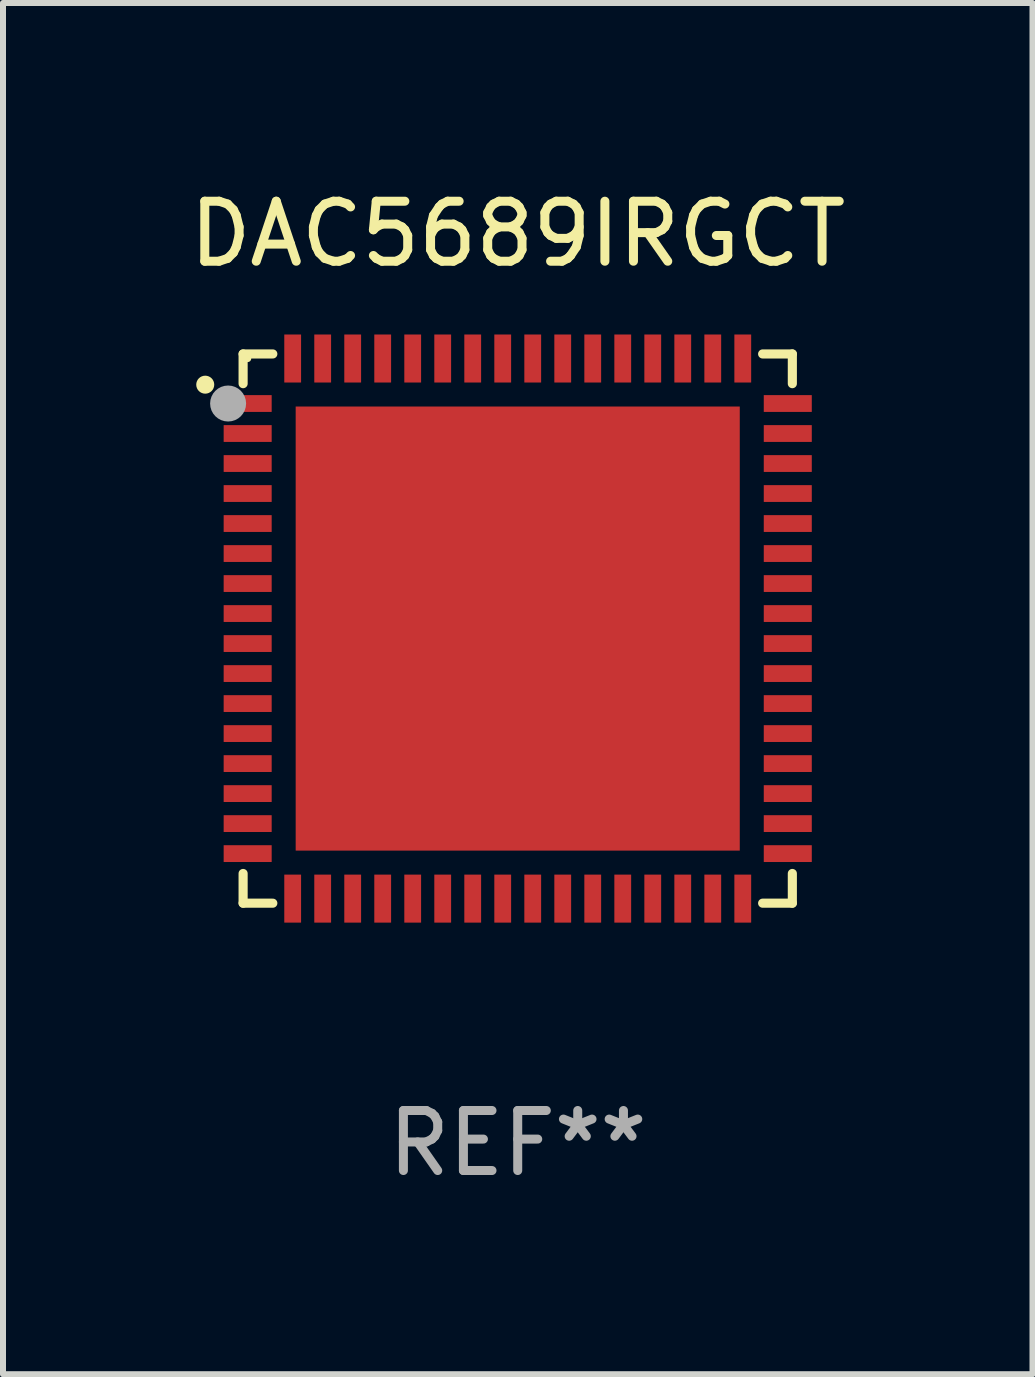
<source format=kicad_pcb>
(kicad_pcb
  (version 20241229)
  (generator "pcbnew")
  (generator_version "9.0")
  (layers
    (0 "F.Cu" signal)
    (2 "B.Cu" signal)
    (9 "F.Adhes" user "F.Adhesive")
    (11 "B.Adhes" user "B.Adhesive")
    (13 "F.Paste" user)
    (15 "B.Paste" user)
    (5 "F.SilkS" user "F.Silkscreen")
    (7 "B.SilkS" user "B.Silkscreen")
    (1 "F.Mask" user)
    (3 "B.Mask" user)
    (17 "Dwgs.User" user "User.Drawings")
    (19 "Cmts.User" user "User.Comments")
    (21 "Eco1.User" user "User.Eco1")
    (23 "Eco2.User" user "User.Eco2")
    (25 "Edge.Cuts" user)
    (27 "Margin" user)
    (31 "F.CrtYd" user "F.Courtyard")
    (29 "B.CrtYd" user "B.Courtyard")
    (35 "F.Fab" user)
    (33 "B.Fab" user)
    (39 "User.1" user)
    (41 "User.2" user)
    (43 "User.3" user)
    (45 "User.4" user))
  (footprint "DAC5689IRGCT"
    (layer "F.Cu")
    (at 5.577 7.424)
    (property "Reference" "DAC5689IRGCT" (at 0 -6.576 0) (layer "F.SilkS") (effects (font (size 1 1) (thickness 0.15))))
    (attr through_hole)
    (fp_line (start -4.576 -4.576) (end -4.576 -4.081) (stroke (width 0.152) (type solid)) (layer "F.SilkS"))
    (fp_line (start -4.576 4.576) (end -4.576 4.081) (stroke (width 0.152) (type solid)) (layer "F.SilkS"))
    (fp_line (start -4.081 -4.576) (end -4.576 -4.576) (stroke (width 0.152) (type solid)) (layer "F.SilkS"))
    (fp_line (start -4.081 4.576) (end -4.576 4.576) (stroke (width 0.152) (type solid)) (layer "F.SilkS"))
    (fp_line (start 4.081 -4.576) (end 4.576 -4.576) (stroke (width 0.152) (type solid)) (layer "F.SilkS"))
    (fp_line (start 4.081 4.576) (end 4.576 4.576) (stroke (width 0.152) (type solid)) (layer "F.SilkS"))
    (fp_line (start 4.576 -4.576) (end 4.576 -4.081) (stroke (width 0.152) (type solid)) (layer "F.SilkS"))
    (fp_line (start 4.576 4.576) (end 4.576 4.081) (stroke (width 0.152) (type solid)) (layer "F.SilkS"))
    (fp_circle (center -5.207 -4.064) (end -5.132 -4.064) (stroke (width 0.15) (type solid)) (fill no) (layer "F.SilkS"))
    (fp_circle (center -4.5 -4.5) (end -4.47 -4.5) (stroke (width 0.06) (type solid)) (fill no) (layer "F.SilkS"))
    (fp_circle (center -4.826 -3.75) (end -4.676 -3.75) (stroke (width 0.3) (type solid)) (fill no) (layer "F.Fab"))
    (fp_text user "REF**" (at 0 8.576 0) (layer "F.Fab") (effects (font (size 1 1) (thickness 0.15))))
    (pad "1" smd rect (at -4.5 -3.75) (size 0.8 0.28) (layers "F.Cu" "F.Mask" "F.Paste"))
    (pad "2" smd rect (at -4.5 -3.25) (size 0.8 0.28) (layers "F.Cu" "F.Mask" "F.Paste"))
    (pad "3" smd rect (at -4.5 -2.75) (size 0.8 0.28) (layers "F.Cu" "F.Mask" "F.Paste"))
    (pad "4" smd rect (at -4.5 -2.25) (size 0.8 0.28) (layers "F.Cu" "F.Mask" "F.Paste"))
    (pad "5" smd rect (at -4.5 -1.75) (size 0.8 0.28) (layers "F.Cu" "F.Mask" "F.Paste"))
    (pad "6" smd rect (at -4.5 -1.25) (size 0.8 0.28) (layers "F.Cu" "F.Mask" "F.Paste"))
    (pad "7" smd rect (at -4.5 -0.75) (size 0.8 0.28) (layers "F.Cu" "F.Mask" "F.Paste"))
    (pad "8" smd rect (at -4.5 -0.25) (size 0.8 0.28) (layers "F.Cu" "F.Mask" "F.Paste"))
    (pad "9" smd rect (at -4.5 0.25) (size 0.8 0.28) (layers "F.Cu" "F.Mask" "F.Paste"))
    (pad "10" smd rect (at -4.5 0.75) (size 0.8 0.28) (layers "F.Cu" "F.Mask" "F.Paste"))
    (pad "11" smd rect (at -4.5 1.25) (size 0.8 0.28) (layers "F.Cu" "F.Mask" "F.Paste"))
    (pad "12" smd rect (at -4.5 1.75) (size 0.8 0.28) (layers "F.Cu" "F.Mask" "F.Paste"))
    (pad "13" smd rect (at -4.5 2.25) (size 0.8 0.28) (layers "F.Cu" "F.Mask" "F.Paste"))
    (pad "14" smd rect (at -4.5 2.75) (size 0.8 0.28) (layers "F.Cu" "F.Mask" "F.Paste"))
    (pad "15" smd rect (at -4.5 3.25) (size 0.8 0.28) (layers "F.Cu" "F.Mask" "F.Paste"))
    (pad "16" smd rect (at -4.5 3.75) (size 0.8 0.28) (layers "F.Cu" "F.Mask" "F.Paste"))
    (pad "17" smd rect (at -3.75 4.5) (size 0.28 0.8) (layers "F.Cu" "F.Mask" "F.Paste"))
    (pad "18" smd rect (at -3.25 4.5) (size 0.28 0.8) (layers "F.Cu" "F.Mask" "F.Paste"))
    (pad "19" smd rect (at -2.75 4.5) (size 0.28 0.8) (layers "F.Cu" "F.Mask" "F.Paste"))
    (pad "20" smd rect (at -2.25 4.5) (size 0.28 0.8) (layers "F.Cu" "F.Mask" "F.Paste"))
    (pad "21" smd rect (at -1.75 4.5) (size 0.28 0.8) (layers "F.Cu" "F.Mask" "F.Paste"))
    (pad "22" smd rect (at -1.25 4.5) (size 0.28 0.8) (layers "F.Cu" "F.Mask" "F.Paste"))
    (pad "23" smd rect (at -0.75 4.5) (size 0.28 0.8) (layers "F.Cu" "F.Mask" "F.Paste"))
    (pad "24" smd rect (at -0.25 4.5) (size 0.28 0.8) (layers "F.Cu" "F.Mask" "F.Paste"))
    (pad "25" smd rect (at 0.25 4.5) (size 0.28 0.8) (layers "F.Cu" "F.Mask" "F.Paste"))
    (pad "26" smd rect (at 0.75 4.5) (size 0.28 0.8) (layers "F.Cu" "F.Mask" "F.Paste"))
    (pad "27" smd rect (at 1.25 4.5) (size 0.28 0.8) (layers "F.Cu" "F.Mask" "F.Paste"))
    (pad "28" smd rect (at 1.75 4.5) (size 0.28 0.8) (layers "F.Cu" "F.Mask" "F.Paste"))
    (pad "29" smd rect (at 2.25 4.5) (size 0.28 0.8) (layers "F.Cu" "F.Mask" "F.Paste"))
    (pad "30" smd rect (at 2.75 4.5) (size 0.28 0.8) (layers "F.Cu" "F.Mask" "F.Paste"))
    (pad "31" smd rect (at 3.25 4.5) (size 0.28 0.8) (layers "F.Cu" "F.Mask" "F.Paste"))
    (pad "32" smd rect (at 3.75 4.5) (size 0.28 0.8) (layers "F.Cu" "F.Mask" "F.Paste"))
    (pad "33" smd rect (at 4.5 3.75) (size 0.8 0.28) (layers "F.Cu" "F.Mask" "F.Paste"))
    (pad "34" smd rect (at 4.5 3.25) (size 0.8 0.28) (layers "F.Cu" "F.Mask" "F.Paste"))
    (pad "35" smd rect (at 4.5 2.75) (size 0.8 0.28) (layers "F.Cu" "F.Mask" "F.Paste"))
    (pad "36" smd rect (at 4.5 2.25) (size 0.8 0.28) (layers "F.Cu" "F.Mask" "F.Paste"))
    (pad "37" smd rect (at 4.5 1.75) (size 0.8 0.28) (layers "F.Cu" "F.Mask" "F.Paste"))
    (pad "38" smd rect (at 4.5 1.25) (size 0.8 0.28) (layers "F.Cu" "F.Mask" "F.Paste"))
    (pad "39" smd rect (at 4.5 0.75) (size 0.8 0.28) (layers "F.Cu" "F.Mask" "F.Paste"))
    (pad "40" smd rect (at 4.5 0.25) (size 0.8 0.28) (layers "F.Cu" "F.Mask" "F.Paste"))
    (pad "41" smd rect (at 4.5 -0.25) (size 0.8 0.28) (layers "F.Cu" "F.Mask" "F.Paste"))
    (pad "42" smd rect (at 4.5 -0.75) (size 0.8 0.28) (layers "F.Cu" "F.Mask" "F.Paste"))
    (pad "43" smd rect (at 4.5 -1.25) (size 0.8 0.28) (layers "F.Cu" "F.Mask" "F.Paste"))
    (pad "44" smd rect (at 4.5 -1.75) (size 0.8 0.28) (layers "F.Cu" "F.Mask" "F.Paste"))
    (pad "45" smd rect (at 4.5 -2.25) (size 0.8 0.28) (layers "F.Cu" "F.Mask" "F.Paste"))
    (pad "46" smd rect (at 4.5 -2.75) (size 0.8 0.28) (layers "F.Cu" "F.Mask" "F.Paste"))
    (pad "47" smd rect (at 4.5 -3.25) (size 0.8 0.28) (layers "F.Cu" "F.Mask" "F.Paste"))
    (pad "48" smd rect (at 4.5 -3.75) (size 0.8 0.28) (layers "F.Cu" "F.Mask" "F.Paste"))
    (pad "49" smd rect (at 3.75 -4.5) (size 0.28 0.8) (layers "F.Cu" "F.Mask" "F.Paste"))
    (pad "50" smd rect (at 3.25 -4.5) (size 0.28 0.8) (layers "F.Cu" "F.Mask" "F.Paste"))
    (pad "51" smd rect (at 2.75 -4.5) (size 0.28 0.8) (layers "F.Cu" "F.Mask" "F.Paste"))
    (pad "52" smd rect (at 2.25 -4.5) (size 0.28 0.8) (layers "F.Cu" "F.Mask" "F.Paste"))
    (pad "53" smd rect (at 1.75 -4.5) (size 0.28 0.8) (layers "F.Cu" "F.Mask" "F.Paste"))
    (pad "54" smd rect (at 1.25 -4.5) (size 0.28 0.8) (layers "F.Cu" "F.Mask" "F.Paste"))
    (pad "55" smd rect (at 0.75 -4.5) (size 0.28 0.8) (layers "F.Cu" "F.Mask" "F.Paste"))
    (pad "56" smd rect (at 0.25 -4.5) (size 0.28 0.8) (layers "F.Cu" "F.Mask" "F.Paste"))
    (pad "57" smd rect (at -0.25 -4.5) (size 0.28 0.8) (layers "F.Cu" "F.Mask" "F.Paste"))
    (pad "58" smd rect (at -0.75 -4.5) (size 0.28 0.8) (layers "F.Cu" "F.Mask" "F.Paste"))
    (pad "59" smd rect (at -1.25 -4.5) (size 0.28 0.8) (layers "F.Cu" "F.Mask" "F.Paste"))
    (pad "60" smd rect (at -1.75 -4.5) (size 0.28 0.8) (layers "F.Cu" "F.Mask" "F.Paste"))
    (pad "61" smd rect (at -2.25 -4.5) (size 0.28 0.8) (layers "F.Cu" "F.Mask" "F.Paste"))
    (pad "62" smd rect (at -2.75 -4.5) (size 0.28 0.8) (layers "F.Cu" "F.Mask" "F.Paste"))
    (pad "63" smd rect (at -3.25 -4.5) (size 0.28 0.8) (layers "F.Cu" "F.Mask" "F.Paste"))
    (pad "64" smd rect (at -3.75 -4.5) (size 0.28 0.8) (layers "F.Cu" "F.Mask" "F.Paste"))
    (pad "65" smd rect (at 0 0) (size 7.4 7.4) (layers "F.Cu" "F.Mask" "F.Paste")))
  (gr_rect
    (start -3 -3)
    (end 14.155 19.849)
    (stroke (width 0.1) (type default))
    (fill no)
    (layer "Edge.Cuts")))
</source>
